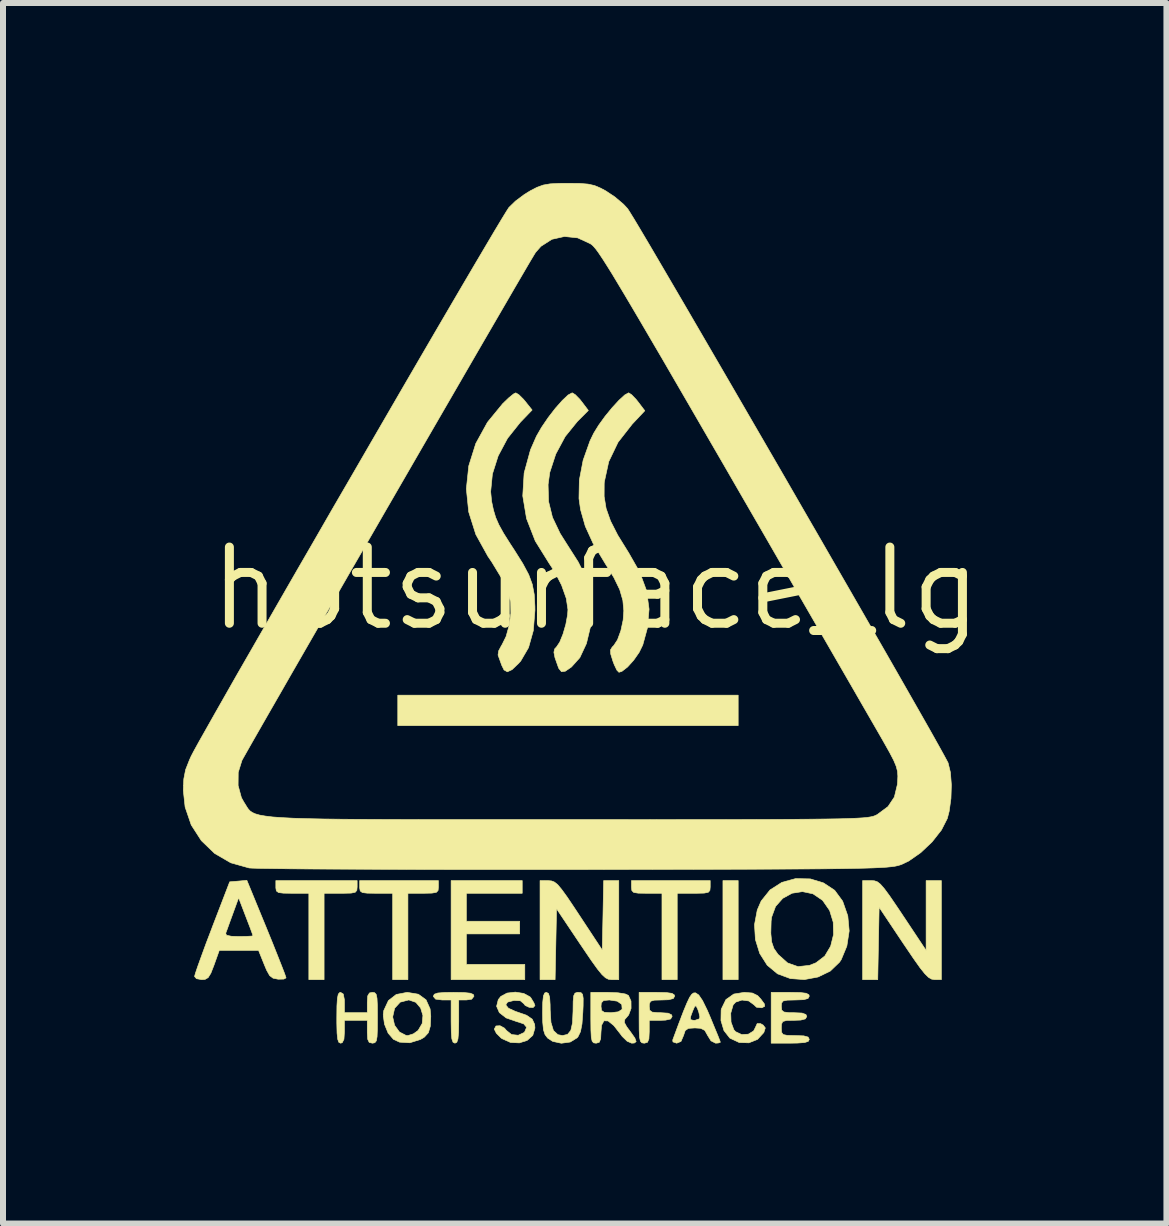
<source format=kicad_pcb>
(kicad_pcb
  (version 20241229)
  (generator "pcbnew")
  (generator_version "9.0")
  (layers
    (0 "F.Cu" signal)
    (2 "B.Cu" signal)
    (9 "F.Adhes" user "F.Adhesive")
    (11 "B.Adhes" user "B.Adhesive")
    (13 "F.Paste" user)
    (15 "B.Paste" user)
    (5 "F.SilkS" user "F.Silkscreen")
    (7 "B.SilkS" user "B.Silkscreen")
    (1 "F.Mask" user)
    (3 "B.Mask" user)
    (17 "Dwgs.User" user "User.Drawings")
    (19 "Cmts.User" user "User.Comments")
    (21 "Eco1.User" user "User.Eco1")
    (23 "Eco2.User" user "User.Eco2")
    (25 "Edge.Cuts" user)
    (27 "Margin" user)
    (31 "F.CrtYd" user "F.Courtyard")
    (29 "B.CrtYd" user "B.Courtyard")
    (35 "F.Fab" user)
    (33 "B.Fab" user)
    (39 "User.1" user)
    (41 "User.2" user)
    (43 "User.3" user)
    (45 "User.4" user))
  (footprint "hotsurface_lg"
    (layer "F.Cu")
    (at 6.881 6.757)
    (property "Reference" "hotsurface_lg" (at 0 0 0) (layer "F.SilkS") (effects (font (size 1.27 1.27) (thickness 0.15))))
    (attr through_hole)
    (fp_poly (pts (xy 2.371 2.286) (xy -3.302 2.286) (xy -3.302 1.778) (xy 2.371 1.778) (xy 2.371 2.286)) (stroke (width 0.01) (type solid)) (fill yes) (layer "F.SilkS"))
    (fp_poly (pts (xy 2.371 6.519) (xy 2.117 6.519) (xy 2.117 4.868) (xy 2.371 4.868) (xy 2.371 6.519)) (stroke (width 0.01) (type solid)) (fill yes) (layer "F.SilkS"))
    (fp_poly (pts (xy -1.228 5.08) (xy -2.159 5.08) (xy -2.159 5.546) (xy -1.27 5.546) (xy -1.27 5.757) (xy -2.159 5.757) (xy -2.159 6.265) (xy -1.185 6.265) (xy -1.185 6.519) (xy -2.413 6.519) (xy -2.413 4.868) (xy -1.228 4.868) (xy -1.228 5.08)) (stroke (width 0.01) (type solid)) (fill yes) (layer "F.SilkS"))
    (fp_poly (pts (xy -3.979 4.974) (xy -3.984 5.031) (xy -4.011 5.063) (xy -4.08 5.077) (xy -4.21 5.08) (xy -4.255 5.08) (xy -4.53 5.08) (xy -4.53 6.519) (xy -4.784 6.519) (xy -4.784 5.08) (xy -5.059 5.08) (xy -5.207 5.078) (xy -5.289 5.068) (xy -5.325 5.041) (xy -5.334 4.991) (xy -5.334 4.974) (xy -5.334 4.868) (xy -3.979 4.868) (xy -3.979 4.974)) (stroke (width 0.01) (type solid)) (fill yes) (layer "F.SilkS"))
    (fp_poly (pts (xy -2.625 4.974) (xy -2.63 5.033) (xy -2.659 5.064) (xy -2.733 5.077) (xy -2.87 5.08) (xy -2.879 5.08) (xy -3.133 5.08) (xy -3.133 6.519) (xy -3.387 6.519) (xy -3.387 5.08) (xy -3.662 5.08) (xy -3.81 5.078) (xy -3.892 5.068) (xy -3.928 5.041) (xy -3.937 4.991) (xy -3.937 4.974) (xy -3.937 4.868) (xy -2.625 4.868) (xy -2.625 4.974)) (stroke (width 0.01) (type solid)) (fill yes) (layer "F.SilkS"))
    (fp_poly (pts (xy 1.905 4.974) (xy 1.9 5.031) (xy 1.873 5.063) (xy 1.804 5.077) (xy 1.675 5.08) (xy 1.63 5.08) (xy 1.355 5.08) (xy 1.355 6.519) (xy 1.101 6.519) (xy 1.101 5.08) (xy 0.847 5.08) (xy 0.706 5.078) (xy 0.63 5.066) (xy 0.599 5.035) (xy 0.593 4.978) (xy 0.593 4.974) (xy 0.593 4.868) (xy 1.905 4.868) (xy 1.905 4.974)) (stroke (width 0.01) (type solid)) (fill yes) (layer "F.SilkS"))
    (fp_poly (pts (xy -2.197 6.734) (xy -2.093 6.745) (xy -2.043 6.766) (xy -2.032 6.795) (xy -2.07 6.845) (xy -2.159 6.858) (xy -2.286 6.858) (xy -2.286 7.218) (xy -2.289 7.398) (xy -2.299 7.508) (xy -2.318 7.563) (xy -2.349 7.578) (xy -2.381 7.562) (xy -2.401 7.506) (xy -2.41 7.395) (xy -2.413 7.218) (xy -2.413 6.858) (xy -2.561 6.858) (xy -2.671 6.844) (xy -2.709 6.8) (xy -2.709 6.795) (xy -2.693 6.762) (xy -2.636 6.742) (xy -2.521 6.733) (xy -2.371 6.731) (xy -2.197 6.734)) (stroke (width 0.01) (type solid)) (fill yes) (layer "F.SilkS"))
    (fp_poly (pts (xy 4.642 4.872) (xy 4.691 4.889) (xy 4.743 4.93) (xy 4.808 5.005) (xy 4.895 5.123) (xy 5.013 5.296) (xy 5.116 5.45) (xy 5.503 6.032) (xy 5.503 5.45) (xy 5.503 4.868) (xy 5.757 4.868) (xy 5.757 6.519) (xy 5.641 6.518) (xy 5.593 6.51) (xy 5.543 6.481) (xy 5.482 6.421) (xy 5.402 6.321) (xy 5.295 6.17) (xy 5.152 5.959) (xy 5.122 5.915) (xy 4.72 5.313) (xy 4.697 6.519) (xy 4.445 6.519) (xy 4.445 4.868) (xy 4.587 4.868) (xy 4.642 4.872)) (stroke (width 0.01) (type solid)) (fill yes) (layer "F.SilkS"))
    (fp_poly (pts (xy 0.381 6.519) (xy 0.259 6.519) (xy 0.209 6.513) (xy 0.16 6.488) (xy 0.102 6.435) (xy 0.027 6.343) (xy -0.074 6.203) (xy -0.209 6.004) (xy -0.26 5.929) (xy -0.656 5.338) (xy -0.668 5.929) (xy -0.68 6.519) (xy -0.931 6.519) (xy -0.931 4.868) (xy -0.794 4.869) (xy -0.74 4.874) (xy -0.691 4.893) (xy -0.637 4.936) (xy -0.571 5.015) (xy -0.481 5.139) (xy -0.36 5.319) (xy -0.275 5.448) (xy 0.106 6.026) (xy 0.118 5.447) (xy 0.129 4.868) (xy 0.381 4.868) (xy 0.381 6.519)) (stroke (width 0.01) (type solid)) (fill yes) (layer "F.SilkS"))
    (fp_poly (pts (xy 1.177 6.735) (xy 1.269 6.748) (xy 1.308 6.775) (xy 1.312 6.795) (xy 1.29 6.834) (xy 1.211 6.854) (xy 1.101 6.858) (xy 0.975 6.861) (xy 0.912 6.879) (xy 0.891 6.921) (xy 0.889 6.964) (xy 0.897 7.029) (xy 0.936 7.06) (xy 1.028 7.069) (xy 1.079 7.07) (xy 1.205 7.078) (xy 1.262 7.106) (xy 1.27 7.133) (xy 1.245 7.175) (xy 1.16 7.194) (xy 1.079 7.197) (xy 0.889 7.197) (xy 0.889 7.387) (xy 0.883 7.506) (xy 0.86 7.563) (xy 0.81 7.578) (xy 0.804 7.578) (xy 0.766 7.572) (xy 0.741 7.544) (xy 0.727 7.479) (xy 0.721 7.362) (xy 0.72 7.177) (xy 0.72 7.154) (xy 0.72 6.731) (xy 1.016 6.731) (xy 1.177 6.735)) (stroke (width 0.01) (type solid)) (fill yes) (layer "F.SilkS"))
    (fp_poly (pts (xy -2.959 6.762) (xy -2.831 6.855) (xy -2.763 7.007) (xy -2.752 7.128) (xy -2.76 7.296) (xy -2.792 7.404) (xy -2.859 7.477) (xy -2.924 7.516) (xy -3.101 7.571) (xy -3.272 7.561) (xy -3.374 7.514) (xy -3.463 7.41) (xy -3.524 7.26) (xy -3.54 7.14) (xy -3.387 7.14) (xy -3.355 7.28) (xy -3.275 7.391) (xy -3.165 7.448) (xy -3.133 7.451) (xy -3.041 7.422) (xy -2.963 7.366) (xy -2.895 7.25) (xy -2.883 7.117) (xy -2.921 6.992) (xy -3.001 6.897) (xy -3.115 6.858) (xy -3.121 6.858) (xy -3.261 6.894) (xy -3.354 6.995) (xy -3.387 7.14) (xy -3.54 7.14) (xy -3.544 7.103) (xy -3.536 7.036) (xy -3.458 6.868) (xy -3.327 6.766) (xy -3.146 6.731) (xy -3.145 6.731) (xy -2.959 6.762)) (stroke (width 0.01) (type solid)) (fill yes) (layer "F.SilkS"))
    (fp_poly (pts (xy -0.248 6.736) (xy -0.222 6.764) (xy -0.212 6.831) (xy -0.213 6.955) (xy -0.218 7.065) (xy -0.232 7.258) (xy -0.257 7.386) (xy -0.298 7.47) (xy -0.314 7.489) (xy -0.428 7.559) (xy -0.576 7.579) (xy -0.72 7.548) (xy -0.804 7.493) (xy -0.848 7.435) (xy -0.874 7.355) (xy -0.886 7.231) (xy -0.889 7.07) (xy -0.886 6.896) (xy -0.875 6.792) (xy -0.854 6.742) (xy -0.826 6.731) (xy -0.791 6.749) (xy -0.771 6.812) (xy -0.763 6.936) (xy -0.762 7.024) (xy -0.749 7.232) (xy -0.708 7.367) (xy -0.634 7.436) (xy -0.556 7.451) (xy -0.472 7.431) (xy -0.418 7.365) (xy -0.39 7.24) (xy -0.381 7.043) (xy -0.381 7.04) (xy -0.379 6.881) (xy -0.37 6.788) (xy -0.348 6.744) (xy -0.309 6.731) (xy -0.292 6.731) (xy -0.248 6.736)) (stroke (width 0.01) (type solid)) (fill yes) (layer "F.SilkS"))
    (fp_poly (pts (xy 2.607 6.742) (xy 2.695 6.785) (xy 2.751 6.846) (xy 2.808 6.924) (xy 2.813 6.963) (xy 2.768 6.987) (xy 2.765 6.988) (xy 2.677 6.979) (xy 2.633 6.937) (xy 2.546 6.874) (xy 2.434 6.859) (xy 2.331 6.893) (xy 2.287 6.94) (xy 2.247 7.078) (xy 2.252 7.227) (xy 2.298 7.352) (xy 2.327 7.386) (xy 2.429 7.434) (xy 2.54 7.428) (xy 2.628 7.374) (xy 2.655 7.322) (xy 2.688 7.251) (xy 2.744 7.252) (xy 2.788 7.277) (xy 2.823 7.324) (xy 2.798 7.402) (xy 2.797 7.402) (xy 2.693 7.515) (xy 2.549 7.572) (xy 2.388 7.567) (xy 2.237 7.496) (xy 2.23 7.491) (xy 2.134 7.368) (xy 2.084 7.201) (xy 2.087 7.025) (xy 2.092 7.005) (xy 2.167 6.851) (xy 2.298 6.759) (xy 2.473 6.731) (xy 2.607 6.742)) (stroke (width 0.01) (type solid)) (fill yes) (layer "F.SilkS"))
    (fp_poly (pts (xy 3.406 6.734) (xy 3.504 6.746) (xy 3.549 6.77) (xy 3.556 6.795) (xy 3.535 6.833) (xy 3.462 6.853) (xy 3.323 6.858) (xy 3.19 6.861) (xy 3.12 6.875) (xy 3.094 6.911) (xy 3.09 6.964) (xy 3.097 7.027) (xy 3.132 7.058) (xy 3.217 7.069) (xy 3.302 7.07) (xy 3.435 7.076) (xy 3.5 7.1) (xy 3.514 7.133) (xy 3.491 7.173) (xy 3.413 7.193) (xy 3.302 7.197) (xy 3.177 7.199) (xy 3.114 7.217) (xy 3.093 7.261) (xy 3.09 7.324) (xy 3.094 7.396) (xy 3.12 7.434) (xy 3.188 7.448) (xy 3.32 7.451) (xy 3.323 7.451) (xy 3.464 7.456) (xy 3.536 7.476) (xy 3.556 7.514) (xy 3.539 7.548) (xy 3.479 7.567) (xy 3.36 7.576) (xy 3.239 7.578) (xy 2.921 7.578) (xy 2.921 6.731) (xy 3.239 6.731) (xy 3.406 6.734)) (stroke (width 0.01) (type solid)) (fill yes) (layer "F.SilkS"))
    (fp_poly (pts (xy -3.687 6.737) (xy -3.662 6.764) (xy -3.648 6.829) (xy -3.642 6.947) (xy -3.641 7.132) (xy -3.641 7.154) (xy -3.642 7.347) (xy -3.647 7.47) (xy -3.66 7.54) (xy -3.684 7.57) (xy -3.721 7.578) (xy -3.725 7.578) (xy -3.778 7.565) (xy -3.803 7.513) (xy -3.81 7.401) (xy -3.81 7.387) (xy -3.81 7.197) (xy -4.191 7.197) (xy -4.191 7.387) (xy -4.199 7.513) (xy -4.228 7.57) (xy -4.255 7.578) (xy -4.284 7.564) (xy -4.303 7.512) (xy -4.314 7.41) (xy -4.318 7.242) (xy -4.318 7.154) (xy -4.316 6.957) (xy -4.308 6.83) (xy -4.293 6.76) (xy -4.268 6.733) (xy -4.255 6.731) (xy -4.21 6.759) (xy -4.192 6.852) (xy -4.191 6.9) (xy -4.191 7.07) (xy -3.81 7.07) (xy -3.81 6.9) (xy -3.803 6.79) (xy -3.774 6.741) (xy -3.725 6.731) (xy -3.687 6.737)) (stroke (width 0.01) (type solid)) (fill yes) (layer "F.SilkS"))
    (fp_poly (pts (xy 1.66 6.739) (xy 1.713 6.774) (xy 1.777 6.868) (xy 1.856 7.029) (xy 1.908 7.15) (xy 1.977 7.318) (xy 2.033 7.453) (xy 2.067 7.54) (xy 2.074 7.563) (xy 2.039 7.575) (xy 1.995 7.578) (xy 1.918 7.539) (xy 1.863 7.451) (xy 1.815 7.365) (xy 1.745 7.33) (xy 1.649 7.324) (xy 1.541 7.331) (xy 1.488 7.368) (xy 1.46 7.451) (xy 1.418 7.549) (xy 1.347 7.578) (xy 1.284 7.557) (xy 1.28 7.525) (xy 1.381 7.252) (xy 1.407 7.185) (xy 1.576 7.185) (xy 1.618 7.196) (xy 1.651 7.197) (xy 1.718 7.175) (xy 1.733 7.144) (xy 1.715 7.063) (xy 1.695 7.006) (xy 1.668 6.954) (xy 1.644 6.97) (xy 1.613 7.041) (xy 1.576 7.141) (xy 1.576 7.185) (xy 1.407 7.185) (xy 1.458 7.05) (xy 1.517 6.908) (xy 1.561 6.815) (xy 1.597 6.763) (xy 1.628 6.741) (xy 1.66 6.739) (xy 1.66 6.739)) (stroke (width 0.01) (type solid)) (fill yes) (layer "F.SilkS"))
    (fp_poly (pts (xy -1.203 6.749) (xy -1.098 6.806) (xy -1.082 6.825) (xy -1.033 6.906) (xy -1.016 6.952) (xy -1.047 6.984) (xy -1.113 6.98) (xy -1.179 6.949) (xy -1.202 6.919) (xy -1.259 6.871) (xy -1.365 6.866) (xy -1.472 6.893) (xy -1.502 6.94) (xy -1.458 6.995) (xy -1.343 7.048) (xy -1.318 7.056) (xy -1.155 7.113) (xy -1.061 7.178) (xy -1.021 7.264) (xy -1.016 7.326) (xy -1.052 7.448) (xy -1.146 7.532) (xy -1.276 7.573) (xy -1.423 7.566) (xy -1.564 7.503) (xy -1.582 7.49) (xy -1.659 7.413) (xy -1.693 7.345) (xy -1.693 7.342) (xy -1.665 7.291) (xy -1.598 7.287) (xy -1.524 7.327) (xy -1.491 7.366) (xy -1.406 7.434) (xy -1.295 7.446) (xy -1.198 7.401) (xy -1.187 7.389) (xy -1.155 7.313) (xy -1.203 7.256) (xy -1.323 7.217) (xy -1.496 7.157) (xy -1.609 7.069) (xy -1.655 6.963) (xy -1.627 6.852) (xy -1.584 6.798) (xy -1.481 6.743) (xy -1.342 6.727) (xy -1.203 6.749)) (stroke (width 0.01) (type solid)) (fill yes) (layer "F.SilkS"))
    (fp_poly (pts (xy 3.573 4.84) (xy 3.793 4.907) (xy 3.979 5.03) (xy 4.112 5.211) (xy 4.198 5.457) (xy 4.221 5.707) (xy 4.182 5.96) (xy 4.089 6.184) (xy 4.06 6.228) (xy 3.905 6.377) (xy 3.702 6.475) (xy 3.473 6.518) (xy 3.24 6.501) (xy 3.027 6.422) (xy 2.855 6.279) (xy 2.73 6.082) (xy 2.658 5.85) (xy 2.652 5.748) (xy 2.915 5.748) (xy 2.929 5.891) (xy 2.966 5.999) (xy 3.032 6.094) (xy 3.034 6.097) (xy 3.195 6.241) (xy 3.368 6.302) (xy 3.559 6.281) (xy 3.668 6.238) (xy 3.814 6.126) (xy 3.912 5.962) (xy 3.96 5.768) (xy 3.955 5.562) (xy 3.895 5.366) (xy 3.778 5.198) (xy 3.777 5.197) (xy 3.618 5.089) (xy 3.442 5.052) (xy 3.269 5.079) (xy 3.114 5.164) (xy 2.994 5.299) (xy 2.928 5.478) (xy 2.92 5.546) (xy 2.915 5.748) (xy 2.652 5.748) (xy 2.643 5.603) (xy 2.689 5.359) (xy 2.754 5.209) (xy 2.902 5.024) (xy 3.099 4.898) (xy 3.328 4.835) (xy 3.573 4.84)) (stroke (width 0.01) (type solid)) (fill yes) (layer "F.SilkS"))
    (fp_poly (pts (xy -5.49 5.66) (xy -5.391 5.903) (xy -5.305 6.119) (xy -5.235 6.296) (xy -5.186 6.423) (xy -5.165 6.486) (xy -5.164 6.49) (xy -5.201 6.51) (xy -5.291 6.512) (xy -5.3 6.511) (xy -5.38 6.495) (xy -5.437 6.452) (xy -5.488 6.361) (xy -5.528 6.265) (xy -5.622 6.032) (xy -6.277 6.032) (xy -6.364 6.276) (xy -6.417 6.412) (xy -6.462 6.485) (xy -6.514 6.515) (xy -6.57 6.519) (xy -6.657 6.503) (xy -6.689 6.466) (xy -6.674 6.412) (xy -6.633 6.291) (xy -6.571 6.119) (xy -6.493 5.906) (xy -6.432 5.747) (xy -6.17 5.747) (xy -6.156 5.779) (xy -6.076 5.796) (xy -5.952 5.8) (xy -5.823 5.798) (xy -5.737 5.793) (xy -5.715 5.788) (xy -5.729 5.746) (xy -5.766 5.645) (xy -5.82 5.505) (xy -5.835 5.466) (xy -5.954 5.155) (xy -6.052 5.424) (xy -6.105 5.569) (xy -6.147 5.686) (xy -6.17 5.747) (xy -6.432 5.747) (xy -6.402 5.668) (xy -6.396 5.651) (xy -6.103 4.889) (xy -5.96 4.877) (xy -5.817 4.864) (xy -5.49 5.66)) (stroke (width 0.01) (type solid)) (fill yes) (layer "F.SilkS"))
    (fp_poly (pts (xy 0.368 6.738) (xy 0.49 6.758) (xy 0.542 6.782) (xy 0.585 6.876) (xy 0.586 6.999) (xy 0.546 7.107) (xy 0.529 7.127) (xy 0.481 7.183) (xy 0.474 7.233) (xy 0.513 7.304) (xy 0.572 7.383) (xy 0.649 7.492) (xy 0.671 7.551) (xy 0.641 7.575) (xy 0.596 7.578) (xy 0.52 7.545) (xy 0.437 7.464) (xy 0.42 7.44) (xy 0.299 7.285) (xy 0.203 7.207) (xy 0.134 7.205) (xy 0.094 7.28) (xy 0.085 7.387) (xy 0.079 7.506) (xy 0.056 7.563) (xy 0.006 7.578) (xy 0 7.578) (xy -0.039 7.572) (xy -0.063 7.544) (xy -0.077 7.479) (xy -0.083 7.362) (xy -0.085 7.177) (xy -0.085 7.154) (xy -0.085 6.964) (xy 0.085 6.964) (xy 0.094 7.033) (xy 0.139 7.063) (xy 0.243 7.07) (xy 0.249 7.07) (xy 0.373 7.055) (xy 0.435 7.015) (xy 0.437 7.011) (xy 0.431 6.932) (xy 0.356 6.878) (xy 0.224 6.858) (xy 0.128 6.867) (xy 0.09 6.907) (xy 0.085 6.964) (xy -0.085 6.964) (xy -0.085 6.731) (xy 0.203 6.731) (xy 0.368 6.738)) (stroke (width 0.01) (type solid)) (fill yes) (layer "F.SilkS"))
    (fp_poly (pts (xy -0.343 -3.229) (xy -0.267 -3.151) (xy -0.237 -3.113) (xy -0.126 -2.967) (xy -0.31 -2.782) (xy -0.512 -2.532) (xy -0.669 -2.24) (xy -0.769 -1.934) (xy -0.797 -1.731) (xy -0.789 -1.45) (xy -0.724 -1.185) (xy -0.596 -0.916) (xy -0.485 -0.74) (xy -0.295 -0.442) (xy -0.164 -0.181) (xy -0.088 0.06) (xy -0.06 0.299) (xy -0.076 0.554) (xy -0.085 0.615) (xy -0.158 0.918) (xy -0.268 1.153) (xy -0.407 1.308) (xy -0.51 1.379) (xy -0.574 1.387) (xy -0.618 1.333) (xy -0.63 1.302) (xy -0.682 1.155) (xy -0.7 1.064) (xy -0.688 1.008) (xy -0.657 0.975) (xy -0.603 0.895) (xy -0.548 0.76) (xy -0.501 0.598) (xy -0.472 0.439) (xy -0.466 0.353) (xy -0.494 0.165) (xy -0.572 -0.055) (xy -0.688 -0.281) (xy -0.778 -0.417) (xy -1.01 -0.79) (xy -1.156 -1.165) (xy -1.219 -1.543) (xy -1.196 -1.924) (xy -1.09 -2.311) (xy -0.991 -2.537) (xy -0.904 -2.688) (xy -0.795 -2.848) (xy -0.676 -3.002) (xy -0.561 -3.132) (xy -0.464 -3.224) (xy -0.396 -3.26) (xy -0.394 -3.26) (xy -0.343 -3.229)) (stroke (width 0.01) (type solid)) (fill yes) (layer "F.SilkS"))
    (fp_poly (pts (xy -1.284 -3.229) (xy -1.207 -3.153) (xy -1.177 -3.117) (xy -1.063 -2.974) (xy -1.262 -2.767) (xy -1.473 -2.502) (xy -1.629 -2.209) (xy -1.725 -1.907) (xy -1.754 -1.613) (xy -1.738 -1.45) (xy -1.707 -1.305) (xy -1.67 -1.182) (xy -1.617 -1.061) (xy -1.539 -0.92) (xy -1.426 -0.741) (xy -1.359 -0.639) (xy -1.218 -0.414) (xy -1.12 -0.231) (xy -1.06 -0.068) (xy -1.028 0.099) (xy -1.017 0.295) (xy -1.016 0.363) (xy -1.043 0.702) (xy -1.123 0.986) (xy -1.253 1.209) (xy -1.287 1.247) (xy -1.398 1.353) (xy -1.476 1.389) (xy -1.531 1.358) (xy -1.569 1.281) (xy -1.607 1.176) (xy -1.631 1.109) (xy -1.621 1.04) (xy -1.571 0.946) (xy -1.566 0.94) (xy -1.497 0.801) (xy -1.445 0.614) (xy -1.417 0.414) (xy -1.42 0.237) (xy -1.423 0.214) (xy -1.477 0.031) (xy -1.579 -0.184) (xy -1.735 -0.441) (xy -1.801 -0.538) (xy -2.001 -0.9) (xy -2.12 -1.276) (xy -2.159 -1.66) (xy -2.119 -2.042) (xy -2.002 -2.415) (xy -1.807 -2.77) (xy -1.553 -3.08) (xy -1.453 -3.176) (xy -1.372 -3.242) (xy -1.335 -3.26) (xy -1.284 -3.229)) (stroke (width 0.01) (type solid)) (fill yes) (layer "F.SilkS"))
    (fp_poly (pts (xy 0.595 -3.229) (xy 0.67 -3.151) (xy 0.702 -3.111) (xy 0.815 -2.962) (xy 0.606 -2.74) (xy 0.369 -2.437) (xy 0.214 -2.114) (xy 0.14 -1.775) (xy 0.138 -1.745) (xy 0.137 -1.534) (xy 0.17 -1.333) (xy 0.244 -1.124) (xy 0.363 -0.89) (xy 0.535 -0.612) (xy 0.541 -0.603) (xy 0.73 -0.272) (xy 0.845 0.04) (xy 0.886 0.345) (xy 0.858 0.66) (xy 0.781 0.941) (xy 0.72 1.066) (xy 0.629 1.196) (xy 0.528 1.308) (xy 0.434 1.381) (xy 0.384 1.397) (xy 0.349 1.361) (xy 0.305 1.268) (xy 0.283 1.21) (xy 0.247 1.093) (xy 0.243 1.024) (xy 0.272 0.976) (xy 0.296 0.953) (xy 0.36 0.856) (xy 0.416 0.703) (xy 0.454 0.526) (xy 0.465 0.373) (xy 0.449 0.198) (xy 0.397 0.019) (xy 0.3 -0.181) (xy 0.151 -0.422) (xy 0.147 -0.429) (xy -0.046 -0.749) (xy -0.177 -1.037) (xy -0.256 -1.315) (xy -0.282 -1.5) (xy -0.276 -1.806) (xy -0.213 -2.136) (xy -0.098 -2.46) (xy -0.036 -2.588) (xy 0.046 -2.721) (xy 0.153 -2.869) (xy 0.271 -3.013) (xy 0.385 -3.137) (xy 0.481 -3.225) (xy 0.544 -3.26) (xy 0.546 -3.26) (xy 0.595 -3.229)) (stroke (width 0.01) (type solid)) (fill yes) (layer "F.SilkS"))
    (fp_poly (pts (xy -0.269 -6.75) (xy -0.131 -6.739) (xy -0.023 -6.715) (xy 0.08 -6.671) (xy 0.164 -6.626) (xy 0.316 -6.525) (xy 0.461 -6.402) (xy 0.528 -6.33) (xy 0.564 -6.274) (xy 0.64 -6.151) (xy 0.751 -5.965) (xy 0.895 -5.722) (xy 1.068 -5.427) (xy 1.267 -5.087) (xy 1.49 -4.706) (xy 1.732 -4.29) (xy 1.991 -3.845) (xy 2.263 -3.377) (xy 2.546 -2.889) (xy 2.836 -2.389) (xy 3.13 -1.882) (xy 3.424 -1.372) (xy 3.716 -0.867) (xy 4.002 -0.37) (xy 4.28 0.112) (xy 4.545 0.573) (xy 4.796 1.009) (xy 5.028 1.414) (xy 5.238 1.782) (xy 5.424 2.108) (xy 5.582 2.386) (xy 5.708 2.611) (xy 5.8 2.777) (xy 5.855 2.879) (xy 5.869 2.906) (xy 5.908 3.065) (xy 5.924 3.273) (xy 5.917 3.5) (xy 5.887 3.715) (xy 5.856 3.834) (xy 5.758 4.026) (xy 5.603 4.223) (xy 5.413 4.403) (xy 5.212 4.543) (xy 5.101 4.596) (xy 5.068 4.608) (xy 5.03 4.619) (xy 4.983 4.629) (xy 4.923 4.637) (xy 4.844 4.645) (xy 4.744 4.651) (xy 4.616 4.657) (xy 4.456 4.662) (xy 4.26 4.666) (xy 4.023 4.67) (xy 3.741 4.673) (xy 3.409 4.675) (xy 3.021 4.677) (xy 2.575 4.679) (xy 2.065 4.68) (xy 1.487 4.681) (xy 0.836 4.682) (xy 0.107 4.683) (xy -0.339 4.684) (xy -1.001 4.684) (xy -1.643 4.684) (xy -2.258 4.684) (xy -2.842 4.683) (xy -3.388 4.681) (xy -3.893 4.679) (xy -4.349 4.677) (xy -4.752 4.675) (xy -5.097 4.672) (xy -5.378 4.668) (xy -5.589 4.665) (xy -5.726 4.661) (xy -5.779 4.658) (xy -6.085 4.572) (xy -6.354 4.416) (xy -6.576 4.202) (xy -6.744 3.941) (xy -6.846 3.643) (xy -6.876 3.365) (xy -6.873 3.283) (xy -5.963 3.283) (xy -5.908 3.486) (xy -5.866 3.561) (xy -5.839 3.604) (xy -5.816 3.642) (xy -5.792 3.677) (xy -5.764 3.707) (xy -5.725 3.734) (xy -5.673 3.757) (xy -5.602 3.777) (xy -5.509 3.793) (xy -5.387 3.808) (xy -5.233 3.819) (xy -5.043 3.829) (xy -4.811 3.836) (xy -4.534 3.842) (xy -4.206 3.846) (xy -3.824 3.848) (xy -3.382 3.85) (xy -2.876 3.851) (xy -2.302 3.851) (xy -1.654 3.851) (xy -0.93 3.851) (xy -0.471 3.851) (xy 0.285 3.851) (xy 0.961 3.852) (xy 1.562 3.851) (xy 2.092 3.851) (xy 2.556 3.85) (xy 2.958 3.849) (xy 3.304 3.847) (xy 3.597 3.845) (xy 3.842 3.842) (xy 4.045 3.839) (xy 4.209 3.834) (xy 4.34 3.829) (xy 4.442 3.823) (xy 4.519 3.816) (xy 4.576 3.807) (xy 4.618 3.798) (xy 4.649 3.787) (xy 4.675 3.775) (xy 4.693 3.765) (xy 4.868 3.635) (xy 4.974 3.476) (xy 5.024 3.268) (xy 5.028 3.219) (xy 5.032 3.127) (xy 5.026 3.047) (xy 5.005 2.965) (xy 4.963 2.864) (xy 4.893 2.73) (xy 4.79 2.547) (xy 4.712 2.411) (xy 4.19 1.506) (xy 3.708 0.671) (xy 3.265 -0.096) (xy 2.86 -0.799) (xy 2.489 -1.44) (xy 2.153 -2.022) (xy 1.848 -2.548) (xy 1.574 -3.021) (xy 1.329 -3.443) (xy 1.111 -3.819) (xy 0.917 -4.15) (xy 0.748 -4.439) (xy 0.6 -4.69) (xy 0.472 -4.906) (xy 0.363 -5.088) (xy 0.271 -5.241) (xy 0.193 -5.366) (xy 0.129 -5.467) (xy 0.076 -5.547) (xy 0.034 -5.609) (xy -0.001 -5.656) (xy -0.029 -5.689) (xy -0.052 -5.714) (xy -0.072 -5.731) (xy -0.091 -5.744) (xy -0.092 -5.745) (xy -0.304 -5.843) (xy -0.524 -5.866) (xy -0.734 -5.819) (xy -0.916 -5.702) (xy -1.006 -5.6) (xy -1.037 -5.549) (xy -1.107 -5.432) (xy -1.212 -5.252) (xy -1.35 -5.016) (xy -1.516 -4.73) (xy -1.709 -4.398) (xy -1.924 -4.028) (xy -2.158 -3.624) (xy -2.408 -3.192) (xy -2.671 -2.738) (xy -2.943 -2.268) (xy -3.221 -1.787) (xy -3.502 -1.301) (xy -3.782 -0.816) (xy -4.059 -0.338) (xy -4.328 0.129) (xy -4.587 0.577) (xy -4.832 1.002) (xy -5.06 1.398) (xy -5.267 1.759) (xy -5.451 2.079) (xy -5.608 2.353) (xy -5.735 2.575) (xy -5.828 2.739) (xy -5.885 2.84) (xy -5.899 2.866) (xy -5.961 3.065) (xy -5.963 3.283) (xy -6.873 3.283) (xy -6.868 3.176) (xy -6.838 3.021) (xy -6.773 2.856) (xy -6.745 2.794) (xy -6.701 2.71) (xy -6.619 2.561) (xy -6.501 2.352) (xy -6.352 2.088) (xy -6.174 1.775) (xy -5.971 1.418) (xy -5.744 1.024) (xy -5.499 0.597) (xy -5.238 0.143) (xy -4.964 -0.333) (xy -4.68 -0.824) (xy -4.391 -1.326) (xy -4.097 -1.832) (xy -3.804 -2.338) (xy -3.514 -2.838) (xy -3.231 -3.326) (xy -2.957 -3.797) (xy -2.696 -4.245) (xy -2.451 -4.664) (xy -2.225 -5.05) (xy -2.021 -5.397) (xy -1.843 -5.698) (xy -1.694 -5.95) (xy -1.577 -6.145) (xy -1.495 -6.279) (xy -1.452 -6.346) (xy -1.448 -6.351) (xy -1.34 -6.456) (xy -1.193 -6.566) (xy -1.096 -6.626) (xy -0.98 -6.686) (xy -0.878 -6.723) (xy -0.764 -6.743) (xy -0.612 -6.751) (xy -0.466 -6.752) (xy -0.269 -6.75)) (stroke (width 0.01) (type solid)) (fill yes) (layer "F.SilkS")))
  (gr_rect
    (start -3 -3)
    (end 16.389 17.341)
    (stroke (width 0.1) (type default))
    (fill no)
    (layer "Edge.Cuts")))
</source>
